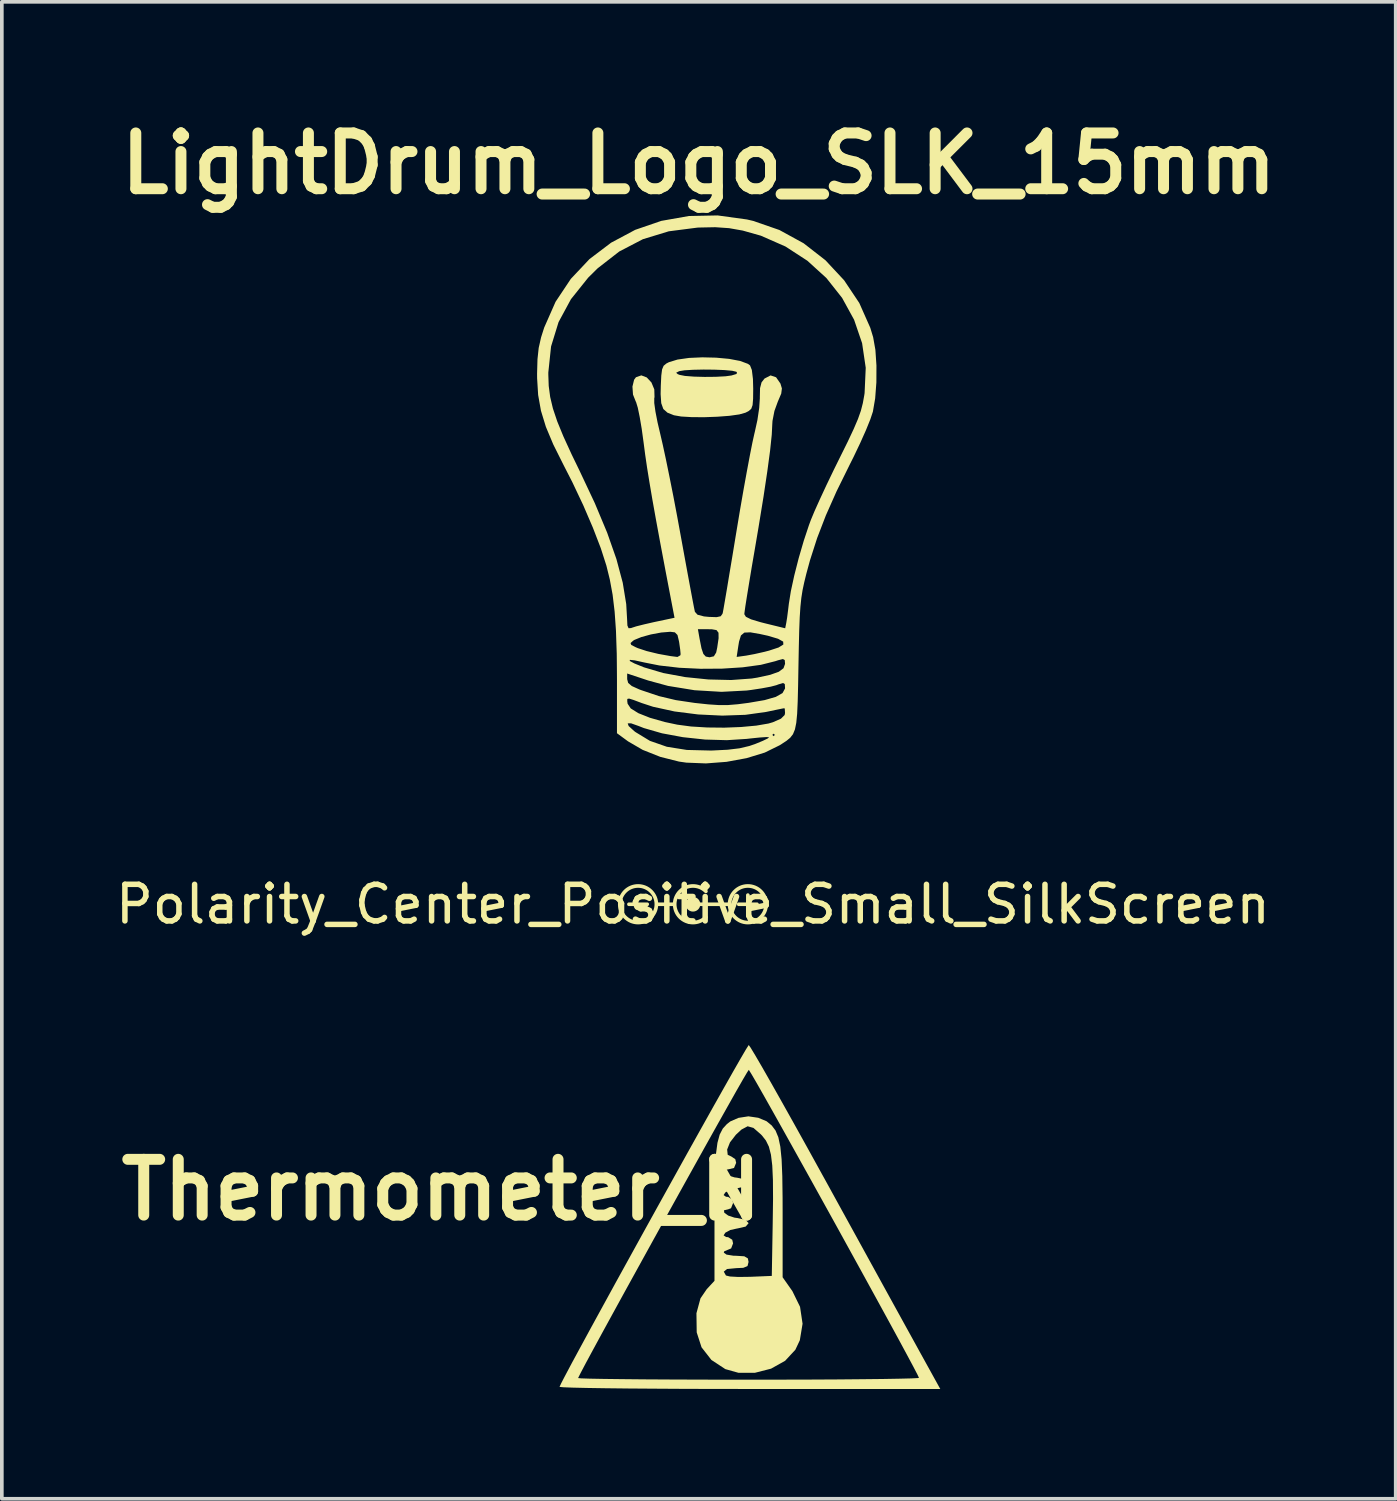
<source format=kicad_pcb>
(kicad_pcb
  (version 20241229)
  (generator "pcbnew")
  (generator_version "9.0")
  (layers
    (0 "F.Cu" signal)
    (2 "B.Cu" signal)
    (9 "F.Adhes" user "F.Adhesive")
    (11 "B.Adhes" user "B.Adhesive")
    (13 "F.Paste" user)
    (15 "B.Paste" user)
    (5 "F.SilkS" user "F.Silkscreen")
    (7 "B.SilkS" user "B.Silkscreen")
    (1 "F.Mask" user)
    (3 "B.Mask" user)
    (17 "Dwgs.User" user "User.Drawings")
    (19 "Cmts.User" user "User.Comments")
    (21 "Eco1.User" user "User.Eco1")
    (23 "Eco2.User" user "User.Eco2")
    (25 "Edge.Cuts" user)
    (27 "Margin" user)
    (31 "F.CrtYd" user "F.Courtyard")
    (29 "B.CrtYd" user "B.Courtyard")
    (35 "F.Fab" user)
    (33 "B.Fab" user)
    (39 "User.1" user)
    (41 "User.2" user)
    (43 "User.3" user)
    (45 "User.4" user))
  (footprint "Thermometer_N"
    (layer "F.Cu")
    (at 17.406 30.166)
    (property "Reference" "Thermometer_N" (at -8.4 -0.7 0) (layer "F.SilkS") (effects (font (size 1.524 1.524) (thickness 0.3))))
    (attr board_only exclude_from_pos_files exclude_from_bom)
    (fp_poly (pts (xy 0.057 -4.585) (xy 0.182 -4.378) (xy 0.372 -4.052) (xy 0.619 -3.619) (xy 0.915 -3.094) (xy 1.252 -2.492) (xy 1.622 -1.826) (xy 2.017 -1.11) (xy 2.081 -0.995) (xy 2.502 -0.229) (xy 2.918 0.527) (xy 3.317 1.253) (xy 3.688 1.928) (xy 4.021 2.533) (xy 4.304 3.047) (xy 4.527 3.451) (xy 4.666 3.704) (xy 5.239 4.741) (xy 0.037 4.741) (xy -0.884 4.74) (xy -1.753 4.738) (xy -2.556 4.733) (xy -3.277 4.728) (xy -3.903 4.721) (xy -4.419 4.713) (xy -4.811 4.704) (xy -5.064 4.694) (xy -5.164 4.684) (xy -5.165 4.683) (xy -5.125 4.595) (xy -5.047 4.443) (xy -4.657 4.443) (xy -4.575 4.451) (xy -4.338 4.459) (xy -3.963 4.466) (xy -3.465 4.472) (xy -2.858 4.478) (xy -2.159 4.482) (xy -1.382 4.485) (xy -0.542 4.487) (xy 0 4.487) (xy 0.87 4.486) (xy 1.688 4.484) (xy 2.437 4.48) (xy 3.103 4.474) (xy 3.67 4.468) (xy 4.123 4.46) (xy 4.446 4.452) (xy 4.625 4.443) (xy 4.657 4.437) (xy 4.617 4.351) (xy 4.504 4.134) (xy 4.327 3.803) (xy 4.095 3.373) (xy 3.816 2.861) (xy 3.499 2.282) (xy 3.154 1.653) (xy 2.789 0.99) (xy 2.414 0.309) (xy 2.036 -0.374) (xy 1.665 -1.043) (xy 1.31 -1.681) (xy 0.98 -2.273) (xy 0.684 -2.802) (xy 0.43 -3.253) (xy 0.228 -3.609) (xy 0.086 -3.853) (xy 0.013 -3.971) (xy 0.006 -3.979) (xy -0.041 -3.908) (xy -0.161 -3.704) (xy -0.344 -3.384) (xy -0.581 -2.963) (xy -0.865 -2.458) (xy -1.185 -1.886) (xy -1.533 -1.261) (xy -1.9 -0.601) (xy -2.277 0.079) (xy -2.655 0.763) (xy -3.025 1.434) (xy -3.379 2.076) (xy -3.707 2.674) (xy -4.001 3.211) (xy -4.251 3.671) (xy -4.449 4.038) (xy -4.585 4.296) (xy -4.652 4.429) (xy -4.657 4.443) (xy -5.047 4.443) (xy -5.011 4.375) (xy -4.833 4.039) (xy -4.597 3.603) (xy -4.313 3.08) (xy -3.989 2.488) (xy -3.634 1.84) (xy -3.255 1.153) (xy -2.863 0.442) (xy -2.464 -0.279) (xy -2.067 -0.994) (xy -1.682 -1.687) (xy -1.316 -2.343) (xy -0.978 -2.947) (xy -0.676 -3.483) (xy -0.419 -3.937) (xy -0.215 -4.293) (xy -0.073 -4.536) (xy -0.001 -4.65) (xy 0.006 -4.657)) (stroke (width 0) (type solid)) (fill yes) (layer "F.SilkS"))
    (fp_poly (pts (xy 0.266 -2.67) (xy 0.493 -2.575) (xy 0.498 -2.571) (xy 0.633 -2.46) (xy 0.737 -2.322) (xy 0.814 -2.137) (xy 0.868 -1.882) (xy 0.903 -1.535) (xy 0.922 -1.075) (xy 0.93 -0.479) (xy 0.931 -0.09) (xy 0.931 1.688) (xy 1.197 2.066) (xy 1.407 2.495) (xy 1.476 2.958) (xy 1.401 3.41) (xy 1.279 3.669) (xy 0.999 3.971) (xy 0.615 4.186) (xy 0.173 4.299) (xy -0.279 4.298) (xy -0.635 4.198) (xy -1.015 3.948) (xy -1.285 3.602) (xy -1.416 3.197) (xy -1.417 3.187) (xy -1.424 2.671) (xy -1.314 2.265) (xy -1.143 2.014) (xy -0.931 1.785) (xy -0.931 0.543) (xy -0.682 0.543) (xy -0.616 0.588) (xy -0.557 0.593) (xy -0.446 0.663) (xy -0.423 0.762) (xy -0.476 0.9) (xy -0.55 0.931) (xy -0.663 0.977) (xy -0.677 1.016) (xy -0.602 1.069) (xy -0.415 1.099) (xy -0.339 1.101) (xy -0.117 1.115) (xy -0.019 1.172) (xy 0 1.27) (xy -0.028 1.381) (xy -0.143 1.43) (xy -0.339 1.439) (xy -0.589 1.463) (xy -0.677 1.535) (xy -0.618 1.64) (xy -0.509 1.667) (xy -0.28 1.68) (xy 0.022 1.676) (xy 0.039 1.676) (xy 0.635 1.651) (xy 0.66 0.212) (xy 0.669 -0.452) (xy 0.666 -0.97) (xy 0.648 -1.365) (xy 0.612 -1.661) (xy 0.556 -1.88) (xy 0.475 -2.047) (xy 0.368 -2.184) (xy 0.338 -2.215) (xy 0.134 -2.393) (xy -0.025 -2.438) (xy -0.194 -2.348) (xy -0.345 -2.208) (xy -0.507 -1.999) (xy -0.585 -1.803) (xy -0.57 -1.659) (xy -0.466 -1.609) (xy -0.362 -1.538) (xy -0.339 -1.439) (xy -0.397 -1.299) (xy -0.515 -1.27) (xy -0.653 -1.241) (xy -0.661 -1.174) (xy -0.563 -1.098) (xy -0.384 -1.041) (xy -0.311 -1.032) (xy -0.086 -0.983) (xy -0.000137 -0.893) (xy 0 -0.889) (xy -0.079 -0.798) (xy -0.299 -0.747) (xy -0.311 -0.746) (xy -0.499 -0.704) (xy -0.633 -0.632) (xy -0.682 -0.558) (xy -0.616 -0.512) (xy -0.557 -0.508) (xy -0.446 -0.437) (xy -0.423 -0.339) (xy -0.479 -0.198) (xy -0.557 -0.169) (xy -0.673 -0.141) (xy -0.662 -0.074) (xy -0.556 0.002) (xy -0.384 0.059) (xy -0.311 0.069) (xy -0.086 0.117) (xy -0.000137 0.207) (xy 0 0.212) (xy -0.079 0.303) (xy -0.299 0.354) (xy -0.311 0.355) (xy -0.499 0.397) (xy -0.633 0.469) (xy -0.682 0.543) (xy -0.931 0.543) (xy -0.931 -0.041) (xy -0.928 -0.727) (xy -0.916 -1.266) (xy -0.891 -1.678) (xy -0.85 -1.986) (xy -0.789 -2.211) (xy -0.704 -2.375) (xy -0.591 -2.499) (xy -0.498 -2.571) (xy -0.275 -2.668) (xy -0.008 -2.709) (xy -0.000001 -2.709)) (stroke (width 0) (type solid)) (fill yes) (layer "F.SilkS")))
  (footprint "LightDrum_Logo_SLK_15mm"
    (layer "F.Cu")
    (at 16.246 10.318)
    (property "Reference" "LightDrum_Logo_SLK_15mm" (at -0.2 -8.9 0) (layer "F.SilkS") (effects (font (size 1.524 1.524) (thickness 0.3))))
    (attr board_only exclude_from_pos_files exclude_from_bom)
    (fp_poly (pts (xy 0.273 -3.594) (xy 0.629 -3.561) (xy 0.93 -3.504) (xy 1.143 -3.425) (xy 1.2 -3.383) (xy 1.25 -3.257) (xy 1.28 -3.011) (xy 1.287 -2.744) (xy 1.284 -2.469) (xy 1.27 -2.298) (xy 1.234 -2.198) (xy 1.164 -2.136) (xy 1.078 -2.091) (xy 0.908 -2.043) (xy 0.638 -2.005) (xy 0.306 -1.98) (xy -0.05 -1.967) (xy -0.393 -1.969) (xy -0.682 -1.986) (xy -0.879 -2.02) (xy -1.057 -2.091) (xy -1.169 -2.191) (xy -1.226 -2.35) (xy -1.243 -2.597) (xy -1.238 -2.828) (xy -1.225 -3.103) (xy -1.215 -3.182) (xy -0.819 -3.182) (xy -0.775 -3.144) (xy -0.726 -3.124) (xy -0.577 -3.095) (xy -0.333 -3.076) (xy -0.038 -3.068) (xy 0.264 -3.071) (xy 0.531 -3.085) (xy 0.693 -3.107) (xy 0.833 -3.149) (xy 0.842 -3.196) (xy 0.823 -3.21) (xy 0.713 -3.236) (xy 0.503 -3.255) (xy 0.229 -3.266) (xy -0.069 -3.269) (xy -0.353 -3.263) (xy -0.587 -3.249) (xy -0.73 -3.226) (xy -0.737 -3.224) (xy -0.819 -3.182) (xy -1.215 -3.182) (xy -1.203 -3.273) (xy -1.161 -3.372) (xy -1.087 -3.434) (xy -1.017 -3.47) (xy -0.782 -3.542) (xy -0.466 -3.587) (xy -0.103 -3.603)) (stroke (width 0) (type solid)) (fill yes) (layer "F.SilkS"))
    (fp_poly (pts (xy 1.114 -7.371) (xy 1.287 -7.331) (xy 2.002 -7.083) (xy 2.665 -6.72) (xy 3.26 -6.257) (xy 3.772 -5.708) (xy 4.186 -5.088) (xy 4.486 -4.412) (xy 4.565 -4.152) (xy 4.626 -3.807) (xy 4.655 -3.378) (xy 4.653 -2.919) (xy 4.62 -2.481) (xy 4.558 -2.12) (xy 4.489 -1.912) (xy 4.369 -1.615) (xy 4.211 -1.261) (xy 4.03 -0.881) (xy 3.931 -0.684) (xy 3.566 0.056) (xy 3.272 0.718) (xy 3.034 1.336) (xy 2.839 1.943) (xy 2.738 2.314) (xy 2.681 2.547) (xy 2.636 2.758) (xy 2.602 2.973) (xy 2.577 3.214) (xy 2.558 3.504) (xy 2.544 3.867) (xy 2.533 4.327) (xy 2.524 4.802) (xy 2.514 5.362) (xy 2.503 5.801) (xy 2.488 6.136) (xy 2.464 6.385) (xy 2.427 6.566) (xy 2.373 6.697) (xy 2.297 6.794) (xy 2.196 6.877) (xy 2.065 6.963) (xy 2.006 7) (xy 1.603 7.198) (xy 1.107 7.35) (xy 0.558 7.451) (xy -0.004 7.494) (xy -0.539 7.473) (xy -0.741 7.444) (xy -1.252 7.315) (xy -1.733 7.124) (xy -2.13 6.893) (xy -2.143 6.884) (xy -2.436 6.669) (xy -2.436 6.4) (xy -2.143 6.4) (xy -2.116 6.473) (xy -1.966 6.61) (xy -1.931 6.637) (xy -1.535 6.878) (xy -1.073 7.039) (xy -0.527 7.126) (xy 0.122 7.142) (xy 0.174 7.141) (xy 0.592 7.12) (xy 0.914 7.081) (xy 1.181 7.018) (xy 1.344 6.962) (xy 1.55 6.877) (xy 1.686 6.811) (xy 1.722 6.779) (xy 1.645 6.774) (xy 1.464 6.786) (xy 1.212 6.812) (xy 1.108 6.824) (xy 0.566 6.859) (xy -0.029 6.842) (xy -0.635 6.777) (xy -0.968 6.715) (xy 1.809 6.715) (xy 1.844 6.75) (xy 1.879 6.715) (xy 1.844 6.681) (xy 1.809 6.715) (xy -0.968 6.715) (xy -1.206 6.671) (xy -1.701 6.528) (xy -1.846 6.471) (xy -2.052 6.398) (xy -2.143 6.4) (xy -2.436 6.4) (xy -2.436 5.793) (xy -2.155 5.793) (xy -2.145 5.863) (xy -2.06 5.991) (xy -1.852 6.121) (xy -1.535 6.247) (xy -1.126 6.363) (xy -0.788 6.435) (xy -0.412 6.485) (xy 0.029 6.512) (xy 0.498 6.517) (xy 0.958 6.499) (xy 1.372 6.461) (xy 1.704 6.404) (xy 1.827 6.368) (xy 2.046 6.271) (xy 2.146 6.172) (xy 2.157 6.117) (xy 2.15 6.008) (xy 2.14 5.985) (xy 2.068 5.998) (xy 1.897 6.033) (xy 1.66 6.083) (xy 1.635 6.088) (xy 1.076 6.166) (xy 0.443 6.188) (xy -0.219 6.156) (xy -0.864 6.074) (xy -1.449 5.946) (xy -1.757 5.845) (xy -1.983 5.76) (xy -2.105 5.722) (xy -2.153 5.732) (xy -2.155 5.793) (xy -2.436 5.793) (xy -2.436 5.229) (xy -2.437 5.037) (xy -2.157 5.037) (xy -2.157 5.193) (xy -2.13 5.294) (xy -2.031 5.379) (xy -1.831 5.47) (xy -1.775 5.491) (xy -1.291 5.654) (xy -0.828 5.764) (xy -0.312 5.841) (xy 0.063 5.881) (xy 0.351 5.9) (xy 0.601 5.899) (xy 0.866 5.877) (xy 1.16 5.839) (xy 1.598 5.764) (xy 1.904 5.676) (xy 2.088 5.572) (xy 2.156 5.448) (xy 2.157 5.431) (xy 2.15 5.325) (xy 2.103 5.297) (xy 1.978 5.334) (xy 1.917 5.357) (xy 1.768 5.396) (xy 1.523 5.442) (xy 1.228 5.487) (xy 1.108 5.502) (xy 0.421 5.538) (xy -0.316 5.494) (xy -1.04 5.376) (xy -1.583 5.228) (xy -2.157 5.037) (xy -2.437 5.037) (xy -2.44 4.694) (xy -2.087 4.694) (xy -1.96 4.762) (xy -1.701 4.867) (xy -1.696 4.869) (xy -1.175 5.023) (xy -0.572 5.135) (xy 0.064 5.2) (xy 0.685 5.215) (xy 1.245 5.174) (xy 1.4 5.149) (xy 1.754 5.072) (xy 1.987 4.989) (xy 2.115 4.893) (xy 2.157 4.775) (xy 2.157 4.767) (xy 2.149 4.669) (xy 2.098 4.642) (xy 1.967 4.675) (xy 1.892 4.7) (xy 1.496 4.8) (xy 0.999 4.868) (xy 0.438 4.904) (xy -0.151 4.908) (xy -0.734 4.88) (xy -1.274 4.818) (xy -1.683 4.737) (xy -1.949 4.678) (xy -2.083 4.664) (xy -2.087 4.694) (xy -2.44 4.694) (xy -2.442 4.494) (xy -2.452 4.205) (xy -2.065 4.205) (xy -2.046 4.256) (xy -1.921 4.32) (xy -1.863 4.345) (xy -1.623 4.424) (xy -1.306 4.501) (xy -0.973 4.561) (xy -0.783 4.585) (xy -0.703 4.539) (xy -0.697 4.506) (xy -0.708 4.383) (xy -0.735 4.194) (xy -0.741 4.158) (xy -0.782 3.985) (xy -0.854 3.912) (xy -0.98 3.897) (xy -1.226 3.917) (xy -1.507 3.969) (xy -1.769 4.041) (xy -1.96 4.119) (xy -1.993 4.14) (xy -2.065 4.205) (xy -2.452 4.205) (xy -2.463 3.875) (xy -2.466 3.827) (xy -0.224 3.827) (xy -0.178 4.088) (xy -0.126 4.35) (xy -0.075 4.502) (xy -0.009 4.574) (xy 0.087 4.593) (xy 0.1 4.593) (xy 0.137 4.584) (xy 0.835 4.584) (xy 1.096 4.548) (xy 1.322 4.506) (xy 1.596 4.444) (xy 1.719 4.412) (xy 1.981 4.326) (xy 2.111 4.245) (xy 2.106 4.166) (xy 1.967 4.088) (xy 1.691 4.006) (xy 1.477 3.959) (xy 1.209 3.912) (xy 1.045 3.919) (xy 0.952 3.997) (xy 0.9 4.165) (xy 0.879 4.293) (xy 0.835 4.584) (xy 0.137 4.584) (xy 0.212 4.567) (xy 0.275 4.464) (xy 0.303 4.332) (xy 0.341 4.074) (xy 0.339 3.923) (xy 0.284 3.851) (xy 0.161 3.829) (xy 0.062 3.827) (xy -0.224 3.827) (xy -2.466 3.827) (xy -2.5 3.346) (xy -2.555 2.884) (xy -2.632 2.466) (xy -2.725 2.089) (xy -2.878 1.613) (xy -3.094 1.052) (xy -3.357 0.44) (xy -3.655 -0.19) (xy -3.896 -0.661) (xy -4.175 -1.219) (xy -4.378 -1.702) (xy -4.513 -2.143) (xy -4.59 -2.574) (xy -4.618 -3.029) (xy -4.619 -3.132) (xy -4.312 -3.132) (xy -4.301 -2.821) (xy -4.261 -2.519) (xy -4.186 -2.204) (xy -4.068 -1.852) (xy -3.9 -1.442) (xy -3.675 -0.951) (xy -3.465 -0.518) (xy -3.041 0.383) (xy -2.704 1.189) (xy -2.451 1.91) (xy -2.278 2.557) (xy -2.183 3.14) (xy -2.16 3.539) (xy -2.151 3.725) (xy -2.119 3.8) (xy -2.049 3.795) (xy -2.035 3.789) (xy -1.911 3.749) (xy -1.693 3.694) (xy -1.427 3.633) (xy -1.389 3.625) (xy -0.863 3.514) (xy -0.95 3.062) (xy -1.115 2.199) (xy -1.255 1.457) (xy -1.372 0.822) (xy -1.469 0.28) (xy -1.548 -0.186) (xy -1.613 -0.588) (xy -1.665 -0.943) (xy -1.707 -1.264) (xy -1.71 -1.287) (xy -1.76 -1.651) (xy -1.815 -1.974) (xy -1.867 -2.226) (xy -1.913 -2.378) (xy -1.924 -2.399) (xy -1.998 -2.586) (xy -2.013 -2.804) (xy -1.968 -2.99) (xy -1.917 -3.059) (xy -1.77 -3.11) (xy -1.621 -3.053) (xy -1.494 -2.916) (xy -1.416 -2.728) (xy -1.41 -2.516) (xy -1.417 -2.484) (xy -1.417 -2.354) (xy -1.385 -2.123) (xy -1.327 -1.825) (xy -1.254 -1.514) (xy -1.187 -1.225) (xy -1.101 -0.828) (xy -1.003 -0.349) (xy -0.897 0.183) (xy -0.791 0.742) (xy -0.695 1.265) (xy -0.602 1.775) (xy -0.516 2.245) (xy -0.44 2.655) (xy -0.378 2.987) (xy -0.333 3.222) (xy -0.308 3.343) (xy -0.306 3.351) (xy -0.234 3.431) (xy -0.059 3.477) (xy 0.075 3.49) (xy 0.287 3.497) (xy 0.398 3.473) (xy 0.447 3.406) (xy 0.456 3.375) (xy 0.475 3.274) (xy 0.513 3.053) (xy 0.568 2.731) (xy 0.635 2.325) (xy 0.714 1.854) (xy 0.799 1.336) (xy 0.836 1.113) (xy 0.929 0.555) (xy 1.023 0.014) (xy 1.114 -0.487) (xy 1.196 -0.925) (xy 1.266 -1.278) (xy 1.32 -1.522) (xy 1.331 -1.566) (xy 1.402 -1.889) (xy 1.451 -2.219) (xy 1.469 -2.491) (xy 1.468 -2.511) (xy 1.474 -2.761) (xy 1.515 -2.919) (xy 1.597 -3.024) (xy 1.762 -3.109) (xy 1.912 -3.058) (xy 2.031 -2.887) (xy 2.071 -2.753) (xy 2.053 -2.612) (xy 1.967 -2.409) (xy 1.961 -2.396) (xy 1.867 -2.138) (xy 1.814 -1.866) (xy 1.809 -1.786) (xy 1.794 -1.489) (xy 1.749 -1.058) (xy 1.673 -0.491) (xy 1.568 0.21) (xy 1.432 1.045) (xy 1.326 1.67) (xy 1.246 2.135) (xy 1.176 2.558) (xy 1.117 2.918) (xy 1.073 3.196) (xy 1.049 3.369) (xy 1.044 3.416) (xy 1.087 3.487) (xy 1.229 3.557) (xy 1.486 3.634) (xy 1.603 3.664) (xy 2.161 3.801) (xy 2.19 3.657) (xy 2.214 3.508) (xy 2.243 3.282) (xy 2.261 3.132) (xy 2.316 2.787) (xy 2.41 2.355) (xy 2.531 1.881) (xy 2.669 1.408) (xy 2.812 0.978) (xy 2.865 0.835) (xy 2.963 0.6) (xy 3.11 0.273) (xy 3.29 -0.114) (xy 3.49 -0.53) (xy 3.658 -0.87) (xy 3.874 -1.306) (xy 4.034 -1.647) (xy 4.149 -1.916) (xy 4.229 -2.142) (xy 4.283 -2.351) (xy 4.322 -2.567) (xy 4.331 -2.627) (xy 4.362 -3.317) (xy 4.263 -3.989) (xy 4.044 -4.63) (xy 3.716 -5.228) (xy 3.287 -5.77) (xy 2.768 -6.242) (xy 2.168 -6.632) (xy 1.497 -6.927) (xy 1.001 -7.067) (xy 0.628 -7.133) (xy 0.249 -7.159) (xy -0.199 -7.15) (xy -0.237 -7.148) (xy -1.02 -7.047) (xy -1.728 -6.831) (xy -2.372 -6.496) (xy -2.964 -6.036) (xy -3.223 -5.78) (xy -3.694 -5.191) (xy -4.032 -4.566) (xy -4.237 -3.9) (xy -4.312 -3.189) (xy -4.312 -3.132) (xy -4.619 -3.132) (xy -4.619 -3.166) (xy -4.608 -3.552) (xy -4.575 -3.859) (xy -4.51 -4.148) (xy -4.425 -4.416) (xy -4.114 -5.121) (xy -3.697 -5.747) (xy -3.187 -6.288) (xy -2.596 -6.736) (xy -1.938 -7.087) (xy -1.225 -7.332) (xy -0.47 -7.465) (xy 0.314 -7.481)) (stroke (width 0) (type solid)) (fill yes) (layer "F.SilkS")))
  (footprint "Polarity_Center_Positive_Small_SilkScreen"
    (layer "F.Cu")
    (at 15.887 21.661)
    (property "Reference" "Polarity_Center_Positive_Small_SilkScreen" (at 0 0 0) (layer "F.SilkS") (effects (font (size 1 1) (thickness 0.15))))
    (attr board_only exclude_from_pos_files exclude_from_bom)
    (fp_line (start -1.25 0) (end -1.75 0) (stroke (width 0.1) (type default)) (layer "F.SilkS"))
    (fp_line (start -0.975 0) (end -0.525 0) (stroke (width 0.1) (type default)) (layer "F.SilkS"))
    (fp_line (start 0.975 0) (end 0.175 0) (stroke (width 0.1) (type default)) (layer "F.SilkS"))
    (fp_line (start 1.5 -0.25) (end 1.5 0.25) (stroke (width 0.1) (type default)) (layer "F.SilkS"))
    (fp_line (start 1.75 0) (end 1.25 0) (stroke (width 0.1) (type default)) (layer "F.SilkS"))
    (fp_arc (start 0.353553 0.353553) (mid -0.499999 0) (end 0.353553 -0.353553) (stroke (width 0.1) (type default)) (layer "F.SilkS"))
    (fp_circle (center -1.5 0) (end -1 0) (stroke (width 0.1) (type default)) (fill no) (layer "F.SilkS"))
    (fp_circle (center 0 0) (end 0.2 0) (stroke (width 0) (type solid)) (fill yes) (layer "F.SilkS"))
    (fp_circle (center 1.5 0) (end 2 0) (stroke (width 0.1) (type default)) (fill no) (layer "F.SilkS")))
  (gr_rect
    (start -3 -3)
    (end 35.091 37.907)
    (stroke (width 0.1) (type default))
    (fill no)
    (layer "Edge.Cuts")))
</source>
